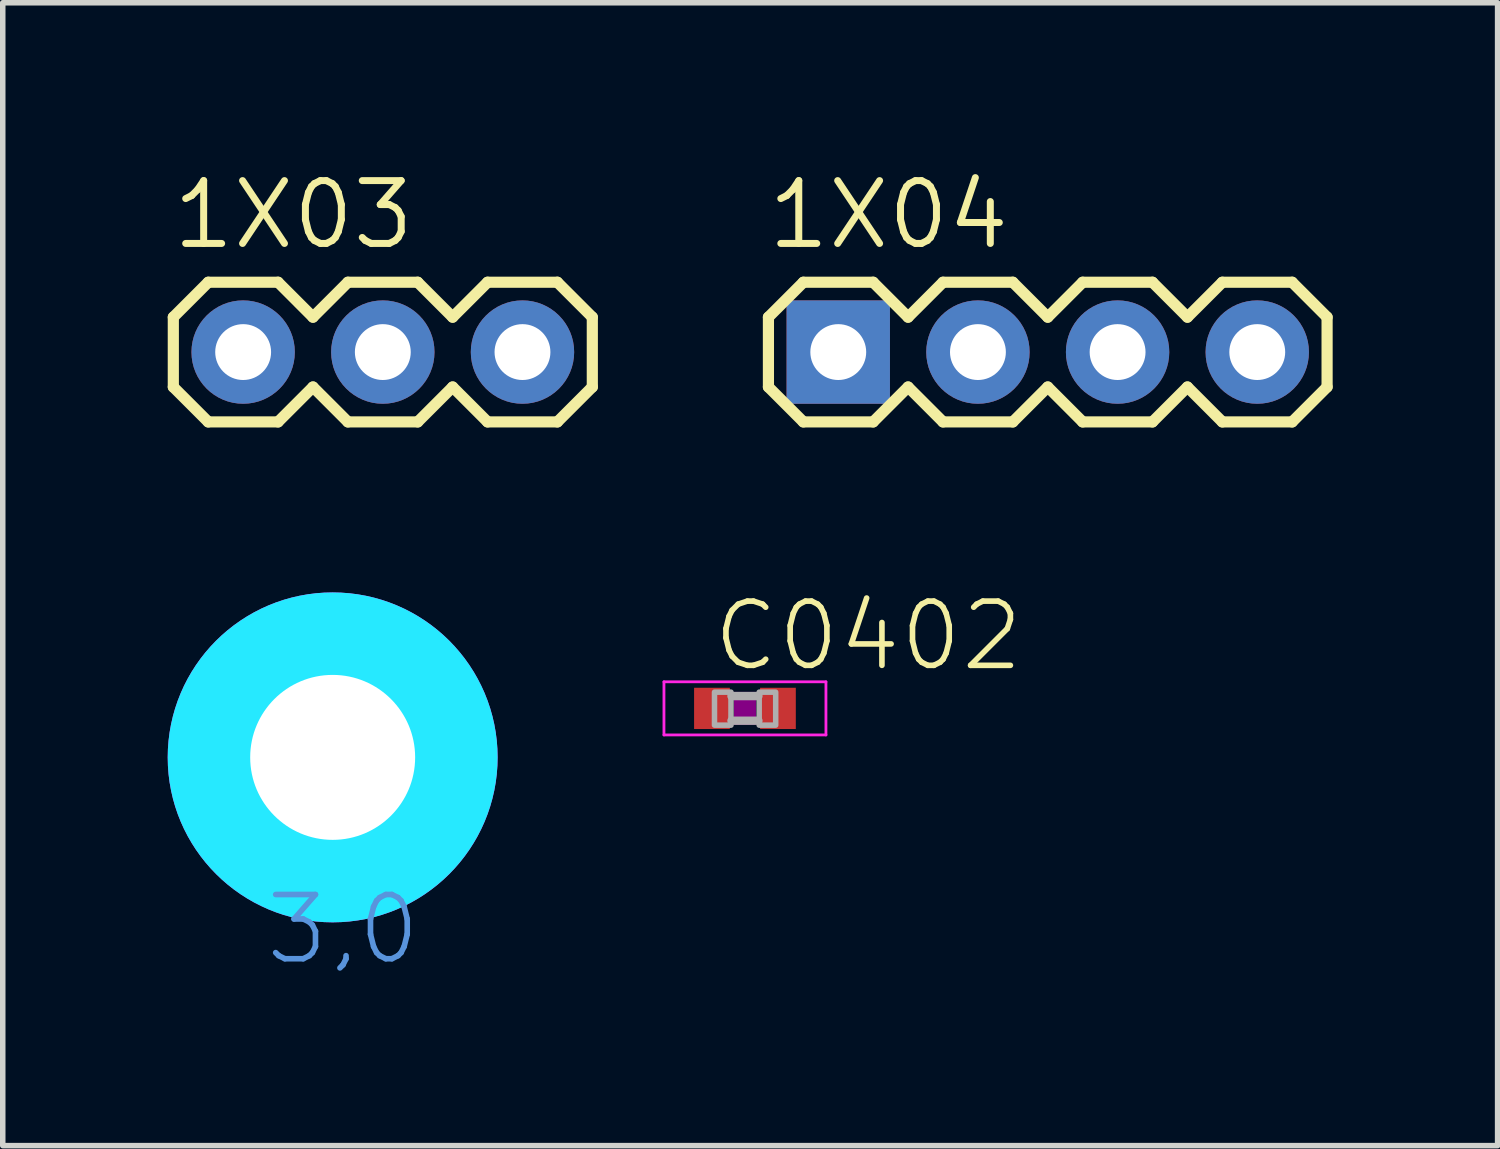
<source format=kicad_pcb>
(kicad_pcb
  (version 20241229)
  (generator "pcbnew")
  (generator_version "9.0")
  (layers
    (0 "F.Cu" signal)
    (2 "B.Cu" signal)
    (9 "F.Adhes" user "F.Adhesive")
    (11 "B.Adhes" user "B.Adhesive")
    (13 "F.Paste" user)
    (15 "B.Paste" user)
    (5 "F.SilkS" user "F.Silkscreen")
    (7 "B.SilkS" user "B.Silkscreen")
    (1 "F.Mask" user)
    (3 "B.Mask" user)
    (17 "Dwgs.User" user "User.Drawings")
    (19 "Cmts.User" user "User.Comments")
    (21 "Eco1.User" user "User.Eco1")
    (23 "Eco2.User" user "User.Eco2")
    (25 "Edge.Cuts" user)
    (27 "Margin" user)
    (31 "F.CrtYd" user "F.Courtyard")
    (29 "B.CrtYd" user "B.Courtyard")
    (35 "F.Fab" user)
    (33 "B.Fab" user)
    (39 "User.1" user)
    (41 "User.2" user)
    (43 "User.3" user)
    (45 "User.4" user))
  (footprint "C0402"
    (layer "F.Cu")
    (at 10.498 9.833)
    (property "Reference" "C0402" (at -0.635 -0.635 0) (layer "F.SilkS") (effects (font (size 1.168 1.168) (thickness 0.102)) (justify left bottom)))
    (fp_poly (pts (xy -0.2 0.3) (xy 0.2 0.3) (xy 0.2 -0.3) (xy -0.2 -0.3)) (stroke (width 0) (type solid)) (fill yes) (layer "F.Adhes"))
    (fp_line (start -1.473 -0.483) (end 1.473 -0.483) (stroke (width 0.051) (type solid)) (layer "F.CrtYd"))
    (fp_line (start -1.473 0.483) (end -1.473 -0.483) (stroke (width 0.051) (type solid)) (layer "F.CrtYd"))
    (fp_line (start 1.473 -0.483) (end 1.473 0.483) (stroke (width 0.051) (type solid)) (layer "F.CrtYd"))
    (fp_line (start 1.473 0.483) (end -1.473 0.483) (stroke (width 0.051) (type solid)) (layer "F.CrtYd"))
    (fp_line (start -0.245 -0.224) (end 0.245 -0.224) (stroke (width 0.152) (type solid)) (layer "F.Fab"))
    (fp_line (start 0.245 0.224) (end -0.245 0.224) (stroke (width 0.152) (type solid)) (layer "F.Fab"))
    (fp_poly (pts (xy -0.554 0.305) (xy -0.254 0.305) (xy -0.254 -0.295) (xy -0.554 -0.295)) (stroke (width 0.1) (type solid)) (fill no) (layer "F.Fab"))
    (fp_poly (pts (xy 0.259 0.305) (xy 0.559 0.305) (xy 0.559 -0.295) (xy 0.259 -0.295)) (stroke (width 0.1) (type solid)) (fill no) (layer "F.Fab"))
    (pad "1" smd rect (at -0.6 0) (size 0.65 0.75) (layers "F.Cu" "F.Mask" "F.Paste"))
    (pad "2" smd rect (at 0.6 0) (size 0.65 0.75) (layers "F.Cu" "F.Mask" "F.Paste")))
  (footprint "1X04"
    (layer "F.Cu")
    (at 12.195 3.353)
    (property "Reference" "1X04" (at -1.346 -1.829 0) (layer "F.SilkS") (effects (font (size 1.143 1.143) (thickness 0.127)) (justify left bottom)))
    (fp_line (start -1.27 -0.635) (end -1.27 0.635) (stroke (width 0.203) (type solid)) (layer "F.SilkS"))
    (fp_line (start -1.27 0.635) (end -0.635 1.27) (stroke (width 0.203) (type solid)) (layer "F.SilkS"))
    (fp_line (start -0.635 -1.27) (end -1.27 -0.635) (stroke (width 0.203) (type solid)) (layer "F.SilkS"))
    (fp_line (start -0.635 -1.27) (end 0.635 -1.27) (stroke (width 0.203) (type solid)) (layer "F.SilkS"))
    (fp_line (start 0.635 -1.27) (end 1.27 -0.635) (stroke (width 0.203) (type solid)) (layer "F.SilkS"))
    (fp_line (start 0.635 1.27) (end -0.635 1.27) (stroke (width 0.203) (type solid)) (layer "F.SilkS"))
    (fp_line (start 1.27 -0.635) (end 1.905 -1.27) (stroke (width 0.203) (type solid)) (layer "F.SilkS"))
    (fp_line (start 1.27 0.635) (end 0.635 1.27) (stroke (width 0.203) (type solid)) (layer "F.SilkS"))
    (fp_line (start 1.905 -1.27) (end 3.175 -1.27) (stroke (width 0.203) (type solid)) (layer "F.SilkS"))
    (fp_line (start 1.905 1.27) (end 1.27 0.635) (stroke (width 0.203) (type solid)) (layer "F.SilkS"))
    (fp_line (start 3.175 -1.27) (end 3.81 -0.635) (stroke (width 0.203) (type solid)) (layer "F.SilkS"))
    (fp_line (start 3.175 1.27) (end 1.905 1.27) (stroke (width 0.203) (type solid)) (layer "F.SilkS"))
    (fp_line (start 3.81 -0.635) (end 4.445 -1.27) (stroke (width 0.203) (type solid)) (layer "F.SilkS"))
    (fp_line (start 3.81 0.635) (end 3.175 1.27) (stroke (width 0.203) (type solid)) (layer "F.SilkS"))
    (fp_line (start 4.445 -1.27) (end 5.715 -1.27) (stroke (width 0.203) (type solid)) (layer "F.SilkS"))
    (fp_line (start 4.445 1.27) (end 3.81 0.635) (stroke (width 0.203) (type solid)) (layer "F.SilkS"))
    (fp_line (start 5.715 -1.27) (end 6.35 -0.635) (stroke (width 0.203) (type solid)) (layer "F.SilkS"))
    (fp_line (start 5.715 1.27) (end 4.445 1.27) (stroke (width 0.203) (type solid)) (layer "F.SilkS"))
    (fp_line (start 6.35 0.635) (end 5.715 1.27) (stroke (width 0.203) (type solid)) (layer "F.SilkS"))
    (fp_line (start 6.35 0.635) (end 6.985 1.27) (stroke (width 0.203) (type solid)) (layer "F.SilkS"))
    (fp_line (start 6.985 -1.27) (end 6.35 -0.635) (stroke (width 0.203) (type solid)) (layer "F.SilkS"))
    (fp_line (start 6.985 -1.27) (end 8.255 -1.27) (stroke (width 0.203) (type solid)) (layer "F.SilkS"))
    (fp_line (start 8.255 -1.27) (end 8.89 -0.635) (stroke (width 0.203) (type solid)) (layer "F.SilkS"))
    (fp_line (start 8.255 1.27) (end 6.985 1.27) (stroke (width 0.203) (type solid)) (layer "F.SilkS"))
    (fp_line (start 8.89 -0.635) (end 8.89 0.635) (stroke (width 0.203) (type solid)) (layer "F.SilkS"))
    (fp_line (start 8.89 0.635) (end 8.255 1.27) (stroke (width 0.203) (type solid)) (layer "F.SilkS"))
    (fp_poly (pts (xy -0.254 0.254) (xy 0.254 0.254) (xy 0.254 -0.254) (xy -0.254 -0.254)) (stroke (width 0.1) (type solid)) (fill no) (layer "F.Fab"))
    (fp_poly (pts (xy 2.286 0.254) (xy 2.794 0.254) (xy 2.794 -0.254) (xy 2.286 -0.254)) (stroke (width 0.1) (type solid)) (fill no) (layer "F.Fab"))
    (fp_poly (pts (xy 4.826 0.254) (xy 5.334 0.254) (xy 5.334 -0.254) (xy 4.826 -0.254)) (stroke (width 0.1) (type solid)) (fill no) (layer "F.Fab"))
    (fp_poly (pts (xy 7.366 0.254) (xy 7.874 0.254) (xy 7.874 -0.254) (xy 7.366 -0.254)) (stroke (width 0.1) (type solid)) (fill no) (layer "F.Fab"))
    (pad "1" thru_hole rect (at 0 0 90) (size 1.88 1.88) (drill 1.016) (layers "*.Cu" "*.Mask"))
    (pad "2" thru_hole circle (at 2.54 0 90) (size 1.88 1.88) (drill 1.016) (layers "*.Cu" "*.Mask"))
    (pad "3" thru_hole circle (at 5.08 0 90) (size 1.88 1.88) (drill 1.016) (layers "*.Cu" "*.Mask"))
    (pad "4" thru_hole circle (at 7.62 0 90) (size 1.88 1.88) (drill 1.016) (layers "*.Cu" "*.Mask")))
  (footprint "3,0"
    (layer "F.Cu")
    (at 3 10.724)
    (property "Reference" "3,0" (at 0 0 0) (layer "F.SilkS") (effects (font (size 1.27 1.27) (thickness 0.15))))
    (fp_circle (center 0 0) (end 1.6 0) (stroke (width 0.203) (type solid)) (fill no) (layer "F.SilkS"))
    (fp_circle (center 0 0) (end 2.8 0) (stroke (width 0.152) (type solid)) (fill no) (layer "F.SilkS"))
    (fp_circle (center 0 0) (end 2 0) (stroke (width 2) (type solid)) (fill no) (layer "B.CrtYd"))
    (fp_circle (center 0 0) (end 2 0) (stroke (width 2) (type solid)) (fill no) (layer "F.CrtYd"))
    (fp_arc (start 0 -1.5) (mid 1.06066 -1.06066) (end 1.5 0) (stroke (width 2.4892) (type solid)) (layer "F.Fab"))
    (fp_arc (start 0 1.5) (mid -1.060689 1.060689) (end -1.5 0) (stroke (width 2.4892) (type solid)) (layer "F.Fab"))
    (fp_circle (center 0 0) (end 0.762 0) (stroke (width 0.457) (type solid)) (fill no) (layer "F.Fab"))
    (fp_text user "3,0" (at -1.27 3.81 0) (layer "Cmts.User") (effects (font (size 1.168 1.168) (thickness 0.102)) (justify left bottom)))
    (pad "" np_thru_hole circle (at 0 0) (size 3 3) (drill 3) (layers "*.Cu" "*.Mask"))
    (zone (net_name "") (layer "F.Cu") (hatch edge 0.508) (connect_pads) (min_thickness 0.254) (filled_areas_thickness no) (keepout (tracks not_allowed) (vias not_allowed) (pads not_allowed) (copperpour not_allowed) (footprints allowed)) (placement (enabled no)) (fill) (polygon (pts (xy 6 10.724) (xy 5.954 10.203) (xy 5.819 9.698) (xy 5.598 9.224) (xy 5.298 8.796) (xy 4.928 8.426) (xy 4.5 8.126) (xy 4.026 7.905) (xy 3.521 7.77) (xy 3 7.724) (xy 2.479 7.77) (xy 1.974 7.905) (xy 1.5 8.126) (xy 1.072 8.426) (xy 0.702 8.796) (xy 0.402 9.224) (xy 0.181 9.698) (xy 0.046 10.203) (xy 0 10.724) (xy 0.046 11.245) (xy 0.181 11.75) (xy 0.402 12.224) (xy 0.702 12.653) (xy 1.072 13.023) (xy 1.5 13.322) (xy 1.974 13.543) (xy 2.479 13.679) (xy 3 13.724) (xy 3.521 13.679) (xy 4.026 13.543) (xy 4.5 13.322) (xy 4.928 13.023) (xy 5.298 12.653) (xy 5.598 12.224) (xy 5.819 11.75) (xy 5.954 11.245))) (polygon (pts (xy 4 10.724) (xy 3.985 10.551) (xy 3.94 10.382) (xy 3.866 10.224) (xy 3.766 10.082) (xy 3.643 9.958) (xy 3.5 9.858) (xy 3.342 9.785) (xy 3.174 9.74) (xy 3 9.724) (xy 2.826 9.74) (xy 2.658 9.785) (xy 2.5 9.858) (xy 2.357 9.958) (xy 2.234 10.082) (xy 2.134 10.224) (xy 2.06 10.382) (xy 2.015 10.551) (xy 2 10.724) (xy 2.015 10.898) (xy 2.06 11.066) (xy 2.134 11.224) (xy 2.234 11.367) (xy 2.357 11.49) (xy 2.5 11.59) (xy 2.658 11.664) (xy 2.826 11.709) (xy 3 11.724) (xy 3.174 11.709) (xy 3.342 11.664) (xy 3.5 11.59) (xy 3.643 11.49) (xy 3.766 11.367) (xy 3.866 11.224) (xy 3.94 11.066) (xy 3.985 10.898))))
    (zone (net_name "") (layers "F.Cu" "B.Cu") (hatch edge 0.508) (connect_pads) (min_thickness 0.254) (filled_areas_thickness no) (keepout (tracks allowed) (vias not_allowed) (pads allowed) (copperpour allowed) (footprints allowed)) (placement (enabled no)) (fill) (polygon (pts (xy 6 10.724) (xy 5.954 10.203) (xy 5.819 9.698) (xy 5.598 9.224) (xy 5.298 8.796) (xy 4.928 8.426) (xy 4.5 8.126) (xy 4.026 7.905) (xy 3.521 7.77) (xy 3 7.724) (xy 2.479 7.77) (xy 1.974 7.905) (xy 1.5 8.126) (xy 1.072 8.426) (xy 0.702 8.796) (xy 0.402 9.224) (xy 0.181 9.698) (xy 0.046 10.203) (xy 0 10.724) (xy 0.046 11.245) (xy 0.181 11.75) (xy 0.402 12.224) (xy 0.702 12.653) (xy 1.072 13.023) (xy 1.5 13.322) (xy 1.974 13.543) (xy 2.479 13.679) (xy 3 13.724) (xy 3.521 13.679) (xy 4.026 13.543) (xy 4.5 13.322) (xy 4.928 13.023) (xy 5.298 12.653) (xy 5.598 12.224) (xy 5.819 11.75) (xy 5.954 11.245))) (polygon (pts (xy 4 10.724) (xy 3.985 10.551) (xy 3.94 10.382) (xy 3.866 10.224) (xy 3.766 10.082) (xy 3.643 9.958) (xy 3.5 9.858) (xy 3.342 9.785) (xy 3.174 9.74) (xy 3 9.724) (xy 2.826 9.74) (xy 2.658 9.785) (xy 2.5 9.858) (xy 2.357 9.958) (xy 2.234 10.082) (xy 2.134 10.224) (xy 2.06 10.382) (xy 2.015 10.551) (xy 2 10.724) (xy 2.015 10.898) (xy 2.06 11.066) (xy 2.134 11.224) (xy 2.234 11.367) (xy 2.357 11.49) (xy 2.5 11.59) (xy 2.658 11.664) (xy 2.826 11.709) (xy 3 11.724) (xy 3.174 11.709) (xy 3.342 11.664) (xy 3.5 11.59) (xy 3.643 11.49) (xy 3.766 11.367) (xy 3.866 11.224) (xy 3.94 11.066) (xy 3.985 10.898))))
    (zone (net_name "") (layer "B.Cu") (hatch edge 0.508) (connect_pads) (min_thickness 0.254) (filled_areas_thickness no) (keepout (tracks not_allowed) (vias not_allowed) (pads not_allowed) (copperpour not_allowed) (footprints allowed)) (placement (enabled no)) (fill) (polygon (pts (xy 6 10.724) (xy 5.954 10.203) (xy 5.819 9.698) (xy 5.598 9.224) (xy 5.298 8.796) (xy 4.928 8.426) (xy 4.5 8.126) (xy 4.026 7.905) (xy 3.521 7.77) (xy 3 7.724) (xy 2.479 7.77) (xy 1.974 7.905) (xy 1.5 8.126) (xy 1.072 8.426) (xy 0.702 8.796) (xy 0.402 9.224) (xy 0.181 9.698) (xy 0.046 10.203) (xy 0 10.724) (xy 0.046 11.245) (xy 0.181 11.75) (xy 0.402 12.224) (xy 0.702 12.653) (xy 1.072 13.023) (xy 1.5 13.322) (xy 1.974 13.543) (xy 2.479 13.679) (xy 3 13.724) (xy 3.521 13.679) (xy 4.026 13.543) (xy 4.5 13.322) (xy 4.928 13.023) (xy 5.298 12.653) (xy 5.598 12.224) (xy 5.819 11.75) (xy 5.954 11.245))) (polygon (pts (xy 4 10.724) (xy 3.985 10.551) (xy 3.94 10.382) (xy 3.866 10.224) (xy 3.766 10.082) (xy 3.643 9.958) (xy 3.5 9.858) (xy 3.342 9.785) (xy 3.174 9.74) (xy 3 9.724) (xy 2.826 9.74) (xy 2.658 9.785) (xy 2.5 9.858) (xy 2.357 9.958) (xy 2.234 10.082) (xy 2.134 10.224) (xy 2.06 10.382) (xy 2.015 10.551) (xy 2 10.724) (xy 2.015 10.898) (xy 2.06 11.066) (xy 2.134 11.224) (xy 2.234 11.367) (xy 2.357 11.49) (xy 2.5 11.59) (xy 2.658 11.664) (xy 2.826 11.709) (xy 3 11.724) (xy 3.174 11.709) (xy 3.342 11.664) (xy 3.5 11.59) (xy 3.643 11.49) (xy 3.766 11.367) (xy 3.866 11.224) (xy 3.94 11.066) (xy 3.985 10.898)))))
  (footprint "1X03"
    (layer "F.Cu")
    (at 1.372 3.353)
    (property "Reference" "1X03" (at -1.346 -1.829 0) (layer "F.SilkS") (effects (font (size 1.143 1.143) (thickness 0.127)) (justify left bottom)))
    (fp_line (start -1.27 -0.635) (end -1.27 0.635) (stroke (width 0.203) (type solid)) (layer "F.SilkS"))
    (fp_line (start -1.27 0.635) (end -0.635 1.27) (stroke (width 0.203) (type solid)) (layer "F.SilkS"))
    (fp_line (start -0.635 -1.27) (end -1.27 -0.635) (stroke (width 0.203) (type solid)) (layer "F.SilkS"))
    (fp_line (start -0.635 -1.27) (end 0.635 -1.27) (stroke (width 0.203) (type solid)) (layer "F.SilkS"))
    (fp_line (start 0.635 -1.27) (end 1.27 -0.635) (stroke (width 0.203) (type solid)) (layer "F.SilkS"))
    (fp_line (start 0.635 1.27) (end -0.635 1.27) (stroke (width 0.203) (type solid)) (layer "F.SilkS"))
    (fp_line (start 1.27 -0.635) (end 1.905 -1.27) (stroke (width 0.203) (type solid)) (layer "F.SilkS"))
    (fp_line (start 1.27 0.635) (end 0.635 1.27) (stroke (width 0.203) (type solid)) (layer "F.SilkS"))
    (fp_line (start 1.905 -1.27) (end 3.175 -1.27) (stroke (width 0.203) (type solid)) (layer "F.SilkS"))
    (fp_line (start 1.905 1.27) (end 1.27 0.635) (stroke (width 0.203) (type solid)) (layer "F.SilkS"))
    (fp_line (start 3.175 -1.27) (end 3.81 -0.635) (stroke (width 0.203) (type solid)) (layer "F.SilkS"))
    (fp_line (start 3.175 1.27) (end 1.905 1.27) (stroke (width 0.203) (type solid)) (layer "F.SilkS"))
    (fp_line (start 3.81 -0.635) (end 4.445 -1.27) (stroke (width 0.203) (type solid)) (layer "F.SilkS"))
    (fp_line (start 3.81 0.635) (end 3.175 1.27) (stroke (width 0.203) (type solid)) (layer "F.SilkS"))
    (fp_line (start 4.445 -1.27) (end 5.715 -1.27) (stroke (width 0.203) (type solid)) (layer "F.SilkS"))
    (fp_line (start 4.445 1.27) (end 3.81 0.635) (stroke (width 0.203) (type solid)) (layer "F.SilkS"))
    (fp_line (start 5.715 -1.27) (end 6.35 -0.635) (stroke (width 0.203) (type solid)) (layer "F.SilkS"))
    (fp_line (start 5.715 1.27) (end 4.445 1.27) (stroke (width 0.203) (type solid)) (layer "F.SilkS"))
    (fp_line (start 6.35 -0.635) (end 6.35 0.635) (stroke (width 0.203) (type solid)) (layer "F.SilkS"))
    (fp_line (start 6.35 0.635) (end 5.715 1.27) (stroke (width 0.203) (type solid)) (layer "F.SilkS"))
    (fp_poly (pts (xy -0.254 0.254) (xy 0.254 0.254) (xy 0.254 -0.254) (xy -0.254 -0.254)) (stroke (width 0.1) (type solid)) (fill no) (layer "F.Fab"))
    (fp_poly (pts (xy 2.286 0.254) (xy 2.794 0.254) (xy 2.794 -0.254) (xy 2.286 -0.254)) (stroke (width 0.1) (type solid)) (fill no) (layer "F.Fab"))
    (fp_poly (pts (xy 4.826 0.254) (xy 5.334 0.254) (xy 5.334 -0.254) (xy 4.826 -0.254)) (stroke (width 0.1) (type solid)) (fill no) (layer "F.Fab"))
    (pad "1" thru_hole circle (at 0 0 90) (size 1.88 1.88) (drill 1.016) (layers "*.Cu" "*.Mask"))
    (pad "2" thru_hole circle (at 2.54 0 90) (size 1.88 1.88) (drill 1.016) (layers "*.Cu" "*.Mask"))
    (pad "3" thru_hole circle (at 5.08 0 90) (size 1.88 1.88) (drill 1.016) (layers "*.Cu" "*.Mask")))
  (gr_rect
    (start -3 -3)
    (end 24.186 17.785)
    (stroke (width 0.1) (type default))
    (fill no)
    (layer "Edge.Cuts")))
</source>
